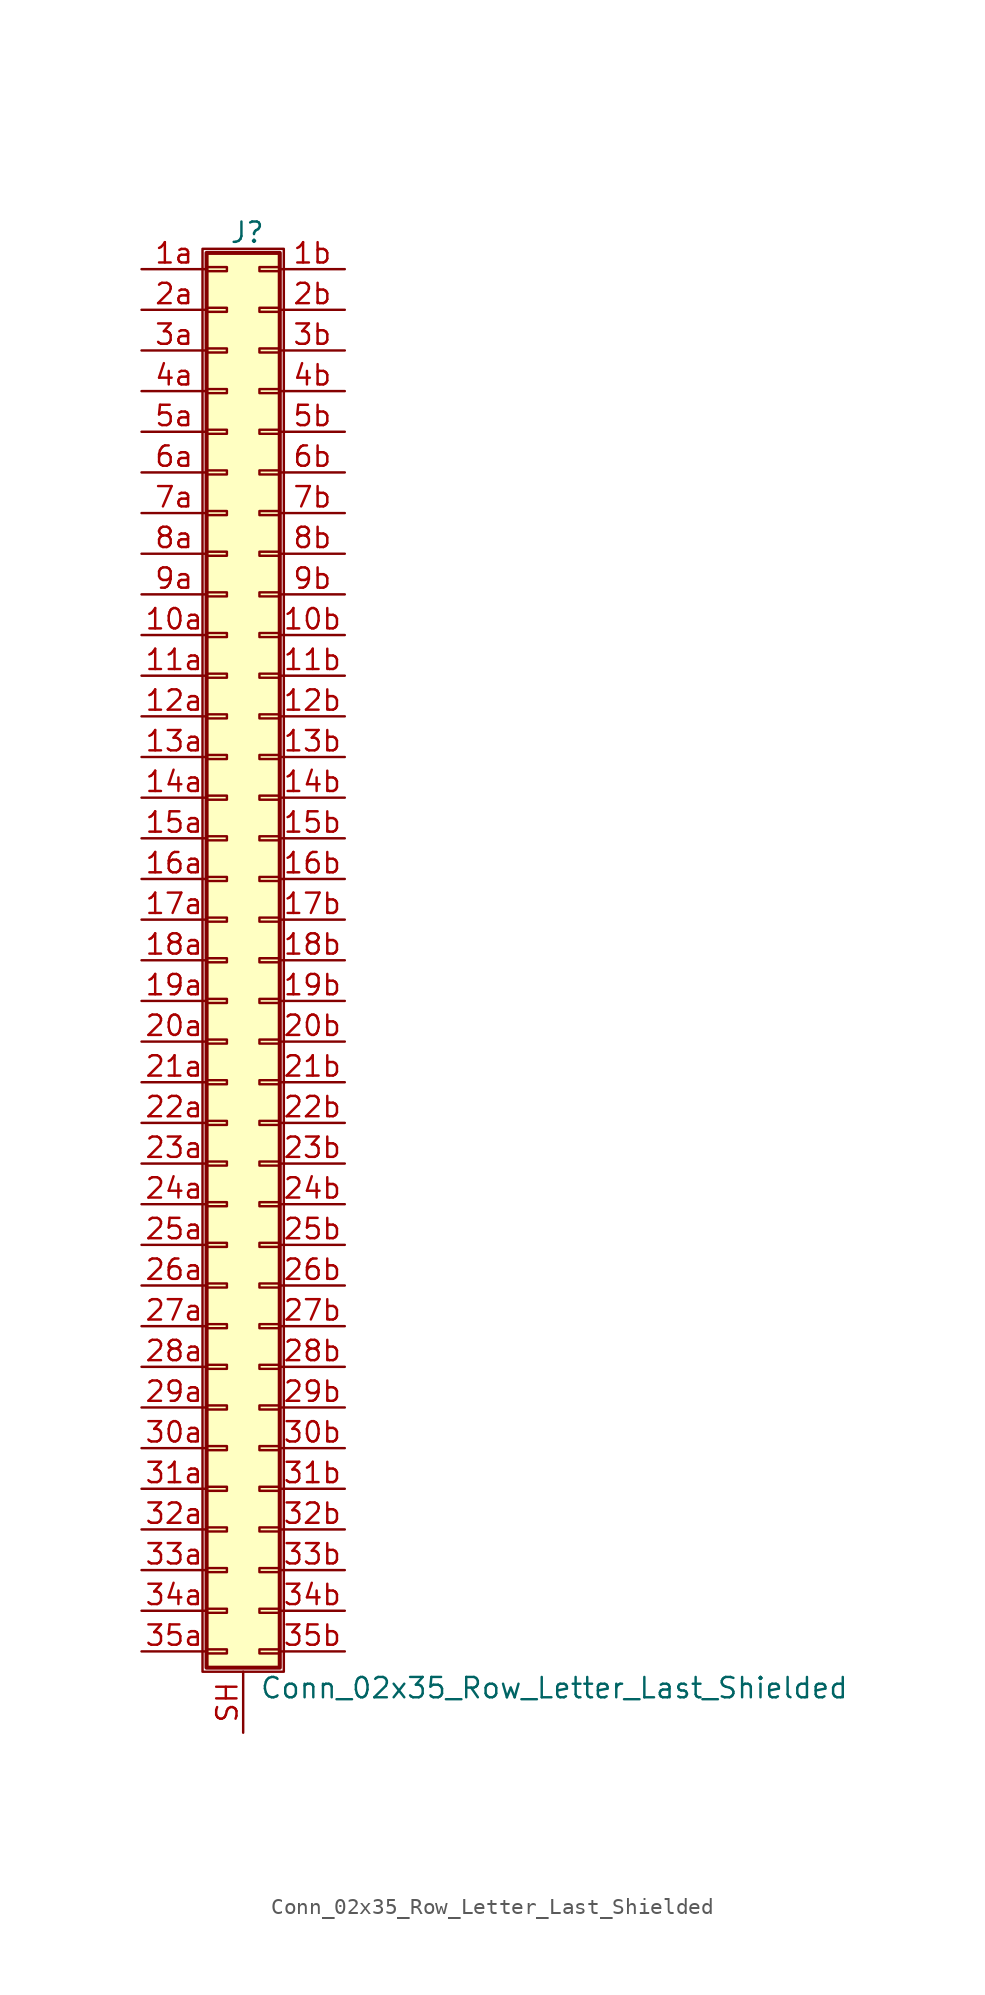
<source format=kicad_sym>
(kicad_symbol_lib
  (version 20211014)
  (generator kicad_symbol_editor)
  (symbol "Conn_02x35_Row_Letter_Last_Shielded"
    (pin_names
      (offset 1.016) hide)
    (property "Reference" "J"
      (at 1.524 45.466 0)
      (effects (font (size 1.27 1.27))))
    (property "Value" "Conn_02x35_Row_Letter_Last_Shielded"
      (at 2.286 -45.466 0)
      (effects (font (size 1.27 1.27)) (justify left)))
    (symbol "Conn_02x35_Row_Letter_Last_Shielded_1_1"
      (rectangle (start -1.27 44.45) (end 3.81 -44.45) (stroke (width 0.152) (type default) (color 0 0 0 0)) (fill (type none)))
      (rectangle (start -1.016 -43.053) (end 0.254 -43.307) (stroke (width 0.152) (type default) (color 0 0 0 0)) (fill (type none)))
      (rectangle (start -1.016 -40.513) (end 0.254 -40.767) (stroke (width 0.152) (type default) (color 0 0 0 0)) (fill (type none)))
      (rectangle (start -1.016 -37.973) (end 0.254 -38.227) (stroke (width 0.152) (type default) (color 0 0 0 0)) (fill (type none)))
      (rectangle (start -1.016 -35.433) (end 0.254 -35.687) (stroke (width 0.152) (type default) (color 0 0 0 0)) (fill (type none)))
      (rectangle (start -1.016 -32.893) (end 0.254 -33.147) (stroke (width 0.152) (type default) (color 0 0 0 0)) (fill (type none)))
      (rectangle (start -1.016 -30.353) (end 0.254 -30.607) (stroke (width 0.152) (type default) (color 0 0 0 0)) (fill (type none)))
      (rectangle (start -1.016 -27.813) (end 0.254 -28.067) (stroke (width 0.152) (type default) (color 0 0 0 0)) (fill (type none)))
      (rectangle (start -1.016 -25.273) (end 0.254 -25.527) (stroke (width 0.152) (type default) (color 0 0 0 0)) (fill (type none)))
      (rectangle (start -1.016 -22.733) (end 0.254 -22.987) (stroke (width 0.152) (type default) (color 0 0 0 0)) (fill (type none)))
      (rectangle (start -1.016 -20.193) (end 0.254 -20.447) (stroke (width 0.152) (type default) (color 0 0 0 0)) (fill (type none)))
      (rectangle (start -1.016 -17.653) (end 0.254 -17.907) (stroke (width 0.152) (type default) (color 0 0 0 0)) (fill (type none)))
      (rectangle (start -1.016 -15.113) (end 0.254 -15.367) (stroke (width 0.152) (type default) (color 0 0 0 0)) (fill (type none)))
      (rectangle (start -1.016 -12.573) (end 0.254 -12.827) (stroke (width 0.152) (type default) (color 0 0 0 0)) (fill (type none)))
      (rectangle (start -1.016 -10.033) (end 0.254 -10.287) (stroke (width 0.152) (type default) (color 0 0 0 0)) (fill (type none)))
      (rectangle (start -1.016 -7.493) (end 0.254 -7.747) (stroke (width 0.152) (type default) (color 0 0 0 0)) (fill (type none)))
      (rectangle (start -1.016 -4.953) (end 0.254 -5.207) (stroke (width 0.152) (type default) (color 0 0 0 0)) (fill (type none)))
      (rectangle (start -1.016 -2.413) (end 0.254 -2.667) (stroke (width 0.152) (type default) (color 0 0 0 0)) (fill (type none)))
      (rectangle (start -1.016 0.127) (end 0.254 -0.127) (stroke (width 0.152) (type default) (color 0 0 0 0)) (fill (type none)))
      (rectangle (start -1.016 2.667) (end 0.254 2.413) (stroke (width 0.152) (type default) (color 0 0 0 0)) (fill (type none)))
      (rectangle (start -1.016 5.207) (end 0.254 4.953) (stroke (width 0.152) (type default) (color 0 0 0 0)) (fill (type none)))
      (rectangle (start -1.016 7.747) (end 0.254 7.493) (stroke (width 0.152) (type default) (color 0 0 0 0)) (fill (type none)))
      (rectangle (start -1.016 10.287) (end 0.254 10.033) (stroke (width 0.152) (type default) (color 0 0 0 0)) (fill (type none)))
      (rectangle (start -1.016 12.827) (end 0.254 12.573) (stroke (width 0.152) (type default) (color 0 0 0 0)) (fill (type none)))
      (rectangle (start -1.016 15.367) (end 0.254 15.113) (stroke (width 0.152) (type default) (color 0 0 0 0)) (fill (type none)))
      (rectangle (start -1.016 17.907) (end 0.254 17.653) (stroke (width 0.152) (type default) (color 0 0 0 0)) (fill (type none)))
      (rectangle (start -1.016 20.447) (end 0.254 20.193) (stroke (width 0.152) (type default) (color 0 0 0 0)) (fill (type none)))
      (rectangle (start -1.016 22.987) (end 0.254 22.733) (stroke (width 0.152) (type default) (color 0 0 0 0)) (fill (type none)))
      (rectangle (start -1.016 25.527) (end 0.254 25.273) (stroke (width 0.152) (type default) (color 0 0 0 0)) (fill (type none)))
      (rectangle (start -1.016 28.067) (end 0.254 27.813) (stroke (width 0.152) (type default) (color 0 0 0 0)) (fill (type none)))
      (rectangle (start -1.016 30.607) (end 0.254 30.353) (stroke (width 0.152) (type default) (color 0 0 0 0)) (fill (type none)))
      (rectangle (start -1.016 33.147) (end 0.254 32.893) (stroke (width 0.152) (type default) (color 0 0 0 0)) (fill (type none)))
      (rectangle (start -1.016 35.687) (end 0.254 35.433) (stroke (width 0.152) (type default) (color 0 0 0 0)) (fill (type none)))
      (rectangle (start -1.016 38.227) (end 0.254 37.973) (stroke (width 0.152) (type default) (color 0 0 0 0)) (fill (type none)))
      (rectangle (start -1.016 40.767) (end 0.254 40.513) (stroke (width 0.152) (type default) (color 0 0 0 0)) (fill (type none)))
      (rectangle (start -1.016 43.307) (end 0.254 43.053) (stroke (width 0.152) (type default) (color 0 0 0 0)) (fill (type none)))
      (rectangle (start -1.016 44.196) (end 3.556 -44.196) (stroke (width 0.254) (type default) (color 0 0 0 0)) (fill (type background)))
      (rectangle (start 3.556 -43.053) (end 2.286 -43.307) (stroke (width 0.152) (type default) (color 0 0 0 0)) (fill (type none)))
      (rectangle (start 3.556 -40.513) (end 2.286 -40.767) (stroke (width 0.152) (type default) (color 0 0 0 0)) (fill (type none)))
      (rectangle (start 3.556 -37.973) (end 2.286 -38.227) (stroke (width 0.152) (type default) (color 0 0 0 0)) (fill (type none)))
      (rectangle (start 3.556 -35.433) (end 2.286 -35.687) (stroke (width 0.152) (type default) (color 0 0 0 0)) (fill (type none)))
      (rectangle (start 3.556 -32.893) (end 2.286 -33.147) (stroke (width 0.152) (type default) (color 0 0 0 0)) (fill (type none)))
      (rectangle (start 3.556 -30.353) (end 2.286 -30.607) (stroke (width 0.152) (type default) (color 0 0 0 0)) (fill (type none)))
      (rectangle (start 3.556 -27.813) (end 2.286 -28.067) (stroke (width 0.152) (type default) (color 0 0 0 0)) (fill (type none)))
      (rectangle (start 3.556 -25.273) (end 2.286 -25.527) (stroke (width 0.152) (type default) (color 0 0 0 0)) (fill (type none)))
      (rectangle (start 3.556 -22.733) (end 2.286 -22.987) (stroke (width 0.152) (type default) (color 0 0 0 0)) (fill (type none)))
      (rectangle (start 3.556 -20.193) (end 2.286 -20.447) (stroke (width 0.152) (type default) (color 0 0 0 0)) (fill (type none)))
      (rectangle (start 3.556 -17.653) (end 2.286 -17.907) (stroke (width 0.152) (type default) (color 0 0 0 0)) (fill (type none)))
      (rectangle (start 3.556 -15.113) (end 2.286 -15.367) (stroke (width 0.152) (type default) (color 0 0 0 0)) (fill (type none)))
      (rectangle (start 3.556 -12.573) (end 2.286 -12.827) (stroke (width 0.152) (type default) (color 0 0 0 0)) (fill (type none)))
      (rectangle (start 3.556 -10.033) (end 2.286 -10.287) (stroke (width 0.152) (type default) (color 0 0 0 0)) (fill (type none)))
      (rectangle (start 3.556 -7.493) (end 2.286 -7.747) (stroke (width 0.152) (type default) (color 0 0 0 0)) (fill (type none)))
      (rectangle (start 3.556 -4.953) (end 2.286 -5.207) (stroke (width 0.152) (type default) (color 0 0 0 0)) (fill (type none)))
      (rectangle (start 3.556 -2.413) (end 2.286 -2.667) (stroke (width 0.152) (type default) (color 0 0 0 0)) (fill (type none)))
      (rectangle (start 3.556 0.127) (end 2.286 -0.127) (stroke (width 0.152) (type default) (color 0 0 0 0)) (fill (type none)))
      (rectangle (start 3.556 2.667) (end 2.286 2.413) (stroke (width 0.152) (type default) (color 0 0 0 0)) (fill (type none)))
      (rectangle (start 3.556 5.207) (end 2.286 4.953) (stroke (width 0.152) (type default) (color 0 0 0 0)) (fill (type none)))
      (rectangle (start 3.556 7.747) (end 2.286 7.493) (stroke (width 0.152) (type default) (color 0 0 0 0)) (fill (type none)))
      (rectangle (start 3.556 10.287) (end 2.286 10.033) (stroke (width 0.152) (type default) (color 0 0 0 0)) (fill (type none)))
      (rectangle (start 3.556 12.827) (end 2.286 12.573) (stroke (width 0.152) (type default) (color 0 0 0 0)) (fill (type none)))
      (rectangle (start 3.556 15.367) (end 2.286 15.113) (stroke (width 0.152) (type default) (color 0 0 0 0)) (fill (type none)))
      (rectangle (start 3.556 17.907) (end 2.286 17.653) (stroke (width 0.152) (type default) (color 0 0 0 0)) (fill (type none)))
      (rectangle (start 3.556 20.447) (end 2.286 20.193) (stroke (width 0.152) (type default) (color 0 0 0 0)) (fill (type none)))
      (rectangle (start 3.556 22.987) (end 2.286 22.733) (stroke (width 0.152) (type default) (color 0 0 0 0)) (fill (type none)))
      (rectangle (start 3.556 25.527) (end 2.286 25.273) (stroke (width 0.152) (type default) (color 0 0 0 0)) (fill (type none)))
      (rectangle (start 3.556 28.067) (end 2.286 27.813) (stroke (width 0.152) (type default) (color 0 0 0 0)) (fill (type none)))
      (rectangle (start 3.556 30.607) (end 2.286 30.353) (stroke (width 0.152) (type default) (color 0 0 0 0)) (fill (type none)))
      (rectangle (start 3.556 33.147) (end 2.286 32.893) (stroke (width 0.152) (type default) (color 0 0 0 0)) (fill (type none)))
      (rectangle (start 3.556 35.687) (end 2.286 35.433) (stroke (width 0.152) (type default) (color 0 0 0 0)) (fill (type none)))
      (rectangle (start 3.556 38.227) (end 2.286 37.973) (stroke (width 0.152) (type default) (color 0 0 0 0)) (fill (type none)))
      (rectangle (start 3.556 40.767) (end 2.286 40.513) (stroke (width 0.152) (type default) (color 0 0 0 0)) (fill (type none)))
      (rectangle (start 3.556 43.307) (end 2.286 43.053) (stroke (width 0.152) (type default) (color 0 0 0 0)) (fill (type none)))
      (pin passive line (at -5.08 20.32 0) (length 4.064) (name "Pin_10a" (effects (font (size 1.27 1.27)))) (number "10a" (effects (font (size 1.27 1.27)))))
      (pin passive line (at 7.62 20.32 180) (length 4.064) (name "Pin_10b" (effects (font (size 1.27 1.27)))) (number "10b" (effects (font (size 1.27 1.27)))))
      (pin passive line (at -5.08 17.78 0) (length 4.064) (name "Pin_11a" (effects (font (size 1.27 1.27)))) (number "11a" (effects (font (size 1.27 1.27)))))
      (pin passive line (at 7.62 17.78 180) (length 4.064) (name "Pin_11b" (effects (font (size 1.27 1.27)))) (number "11b" (effects (font (size 1.27 1.27)))))
      (pin passive line (at -5.08 15.24 0) (length 4.064) (name "Pin_12a" (effects (font (size 1.27 1.27)))) (number "12a" (effects (font (size 1.27 1.27)))))
      (pin passive line (at 7.62 15.24 180) (length 4.064) (name "Pin_12b" (effects (font (size 1.27 1.27)))) (number "12b" (effects (font (size 1.27 1.27)))))
      (pin passive line (at -5.08 12.7 0) (length 4.064) (name "Pin_13a" (effects (font (size 1.27 1.27)))) (number "13a" (effects (font (size 1.27 1.27)))))
      (pin passive line (at 7.62 12.7 180) (length 4.064) (name "Pin_13b" (effects (font (size 1.27 1.27)))) (number "13b" (effects (font (size 1.27 1.27)))))
      (pin passive line (at -5.08 10.16 0) (length 4.064) (name "Pin_14a" (effects (font (size 1.27 1.27)))) (number "14a" (effects (font (size 1.27 1.27)))))
      (pin passive line (at 7.62 10.16 180) (length 4.064) (name "Pin_14b" (effects (font (size 1.27 1.27)))) (number "14b" (effects (font (size 1.27 1.27)))))
      (pin passive line (at -5.08 7.62 0) (length 4.064) (name "Pin_15a" (effects (font (size 1.27 1.27)))) (number "15a" (effects (font (size 1.27 1.27)))))
      (pin passive line (at 7.62 7.62 180) (length 4.064) (name "Pin_15b" (effects (font (size 1.27 1.27)))) (number "15b" (effects (font (size 1.27 1.27)))))
      (pin passive line (at -5.08 5.08 0) (length 4.064) (name "Pin_16a" (effects (font (size 1.27 1.27)))) (number "16a" (effects (font (size 1.27 1.27)))))
      (pin passive line (at 7.62 5.08 180) (length 4.064) (name "Pin_16b" (effects (font (size 1.27 1.27)))) (number "16b" (effects (font (size 1.27 1.27)))))
      (pin passive line (at -5.08 2.54 0) (length 4.064) (name "Pin_17a" (effects (font (size 1.27 1.27)))) (number "17a" (effects (font (size 1.27 1.27)))))
      (pin passive line (at 7.62 2.54 180) (length 4.064) (name "Pin_17b" (effects (font (size 1.27 1.27)))) (number "17b" (effects (font (size 1.27 1.27)))))
      (pin passive line (at -5.08 0 0) (length 4.064) (name "Pin_18a" (effects (font (size 1.27 1.27)))) (number "18a" (effects (font (size 1.27 1.27)))))
      (pin passive line (at 7.62 0 180) (length 4.064) (name "Pin_18b" (effects (font (size 1.27 1.27)))) (number "18b" (effects (font (size 1.27 1.27)))))
      (pin passive line (at -5.08 -2.54 0) (length 4.064) (name "Pin_19a" (effects (font (size 1.27 1.27)))) (number "19a" (effects (font (size 1.27 1.27)))))
      (pin passive line (at 7.62 -2.54 180) (length 4.064) (name "Pin_19b" (effects (font (size 1.27 1.27)))) (number "19b" (effects (font (size 1.27 1.27)))))
      (pin passive line (at -5.08 43.18 0) (length 4.064) (name "Pin_1a" (effects (font (size 1.27 1.27)))) (number "1a" (effects (font (size 1.27 1.27)))))
      (pin passive line (at 7.62 43.18 180) (length 4.064) (name "Pin_1b" (effects (font (size 1.27 1.27)))) (number "1b" (effects (font (size 1.27 1.27)))))
      (pin passive line (at -5.08 -5.08 0) (length 4.064) (name "Pin_20a" (effects (font (size 1.27 1.27)))) (number "20a" (effects (font (size 1.27 1.27)))))
      (pin passive line (at 7.62 -5.08 180) (length 4.064) (name "Pin_20b" (effects (font (size 1.27 1.27)))) (number "20b" (effects (font (size 1.27 1.27)))))
      (pin passive line (at -5.08 -7.62 0) (length 4.064) (name "Pin_21a" (effects (font (size 1.27 1.27)))) (number "21a" (effects (font (size 1.27 1.27)))))
      (pin passive line (at 7.62 -7.62 180) (length 4.064) (name "Pin_21b" (effects (font (size 1.27 1.27)))) (number "21b" (effects (font (size 1.27 1.27)))))
      (pin passive line (at -5.08 -10.16 0) (length 4.064) (name "Pin_22a" (effects (font (size 1.27 1.27)))) (number "22a" (effects (font (size 1.27 1.27)))))
      (pin passive line (at 7.62 -10.16 180) (length 4.064) (name "Pin_22b" (effects (font (size 1.27 1.27)))) (number "22b" (effects (font (size 1.27 1.27)))))
      (pin passive line (at -5.08 -12.7 0) (length 4.064) (name "Pin_23a" (effects (font (size 1.27 1.27)))) (number "23a" (effects (font (size 1.27 1.27)))))
      (pin passive line (at 7.62 -12.7 180) (length 4.064) (name "Pin_23b" (effects (font (size 1.27 1.27)))) (number "23b" (effects (font (size 1.27 1.27)))))
      (pin passive line (at -5.08 -15.24 0) (length 4.064) (name "Pin_24a" (effects (font (size 1.27 1.27)))) (number "24a" (effects (font (size 1.27 1.27)))))
      (pin passive line (at 7.62 -15.24 180) (length 4.064) (name "Pin_24b" (effects (font (size 1.27 1.27)))) (number "24b" (effects (font (size 1.27 1.27)))))
      (pin passive line (at -5.08 -17.78 0) (length 4.064) (name "Pin_25a" (effects (font (size 1.27 1.27)))) (number "25a" (effects (font (size 1.27 1.27)))))
      (pin passive line (at 7.62 -17.78 180) (length 4.064) (name "Pin_25b" (effects (font (size 1.27 1.27)))) (number "25b" (effects (font (size 1.27 1.27)))))
      (pin passive line (at -5.08 -20.32 0) (length 4.064) (name "Pin_26a" (effects (font (size 1.27 1.27)))) (number "26a" (effects (font (size 1.27 1.27)))))
      (pin passive line (at 7.62 -20.32 180) (length 4.064) (name "Pin_26b" (effects (font (size 1.27 1.27)))) (number "26b" (effects (font (size 1.27 1.27)))))
      (pin passive line (at -5.08 -22.86 0) (length 4.064) (name "Pin_27a" (effects (font (size 1.27 1.27)))) (number "27a" (effects (font (size 1.27 1.27)))))
      (pin passive line (at 7.62 -22.86 180) (length 4.064) (name "Pin_27b" (effects (font (size 1.27 1.27)))) (number "27b" (effects (font (size 1.27 1.27)))))
      (pin passive line (at -5.08 -25.4 0) (length 4.064) (name "Pin_28a" (effects (font (size 1.27 1.27)))) (number "28a" (effects (font (size 1.27 1.27)))))
      (pin passive line (at 7.62 -25.4 180) (length 4.064) (name "Pin_28b" (effects (font (size 1.27 1.27)))) (number "28b" (effects (font (size 1.27 1.27)))))
      (pin passive line (at -5.08 -27.94 0) (length 4.064) (name "Pin_29a" (effects (font (size 1.27 1.27)))) (number "29a" (effects (font (size 1.27 1.27)))))
      (pin passive line (at 7.62 -27.94 180) (length 4.064) (name "Pin_29b" (effects (font (size 1.27 1.27)))) (number "29b" (effects (font (size 1.27 1.27)))))
      (pin passive line (at -5.08 40.64 0) (length 4.064) (name "Pin_2a" (effects (font (size 1.27 1.27)))) (number "2a" (effects (font (size 1.27 1.27)))))
      (pin passive line (at 7.62 40.64 180) (length 4.064) (name "Pin_2b" (effects (font (size 1.27 1.27)))) (number "2b" (effects (font (size 1.27 1.27)))))
      (pin passive line (at -5.08 -30.48 0) (length 4.064) (name "Pin_30a" (effects (font (size 1.27 1.27)))) (number "30a" (effects (font (size 1.27 1.27)))))
      (pin passive line (at 7.62 -30.48 180) (length 4.064) (name "Pin_30b" (effects (font (size 1.27 1.27)))) (number "30b" (effects (font (size 1.27 1.27)))))
      (pin passive line (at -5.08 -33.02 0) (length 4.064) (name "Pin_31a" (effects (font (size 1.27 1.27)))) (number "31a" (effects (font (size 1.27 1.27)))))
      (pin passive line (at 7.62 -33.02 180) (length 4.064) (name "Pin_31b" (effects (font (size 1.27 1.27)))) (number "31b" (effects (font (size 1.27 1.27)))))
      (pin passive line (at -5.08 -35.56 0) (length 4.064) (name "Pin_32a" (effects (font (size 1.27 1.27)))) (number "32a" (effects (font (size 1.27 1.27)))))
      (pin passive line (at 7.62 -35.56 180) (length 4.064) (name "Pin_32b" (effects (font (size 1.27 1.27)))) (number "32b" (effects (font (size 1.27 1.27)))))
      (pin passive line (at -5.08 -38.1 0) (length 4.064) (name "Pin_33a" (effects (font (size 1.27 1.27)))) (number "33a" (effects (font (size 1.27 1.27)))))
      (pin passive line (at 7.62 -38.1 180) (length 4.064) (name "Pin_33b" (effects (font (size 1.27 1.27)))) (number "33b" (effects (font (size 1.27 1.27)))))
      (pin passive line (at -5.08 -40.64 0) (length 4.064) (name "Pin_34a" (effects (font (size 1.27 1.27)))) (number "34a" (effects (font (size 1.27 1.27)))))
      (pin passive line (at 7.62 -40.64 180) (length 4.064) (name "Pin_34b" (effects (font (size 1.27 1.27)))) (number "34b" (effects (font (size 1.27 1.27)))))
      (pin passive line (at -5.08 -43.18 0) (length 4.064) (name "Pin_35a" (effects (font (size 1.27 1.27)))) (number "35a" (effects (font (size 1.27 1.27)))))
      (pin passive line (at 7.62 -43.18 180) (length 4.064) (name "Pin_35b" (effects (font (size 1.27 1.27)))) (number "35b" (effects (font (size 1.27 1.27)))))
      (pin passive line (at -5.08 38.1 0) (length 4.064) (name "Pin_3a" (effects (font (size 1.27 1.27)))) (number "3a" (effects (font (size 1.27 1.27)))))
      (pin passive line (at 7.62 38.1 180) (length 4.064) (name "Pin_3b" (effects (font (size 1.27 1.27)))) (number "3b" (effects (font (size 1.27 1.27)))))
      (pin passive line (at -5.08 35.56 0) (length 4.064) (name "Pin_4a" (effects (font (size 1.27 1.27)))) (number "4a" (effects (font (size 1.27 1.27)))))
      (pin passive line (at 7.62 35.56 180) (length 4.064) (name "Pin_4b" (effects (font (size 1.27 1.27)))) (number "4b" (effects (font (size 1.27 1.27)))))
      (pin passive line (at -5.08 33.02 0) (length 4.064) (name "Pin_5a" (effects (font (size 1.27 1.27)))) (number "5a" (effects (font (size 1.27 1.27)))))
      (pin passive line (at 7.62 33.02 180) (length 4.064) (name "Pin_5b" (effects (font (size 1.27 1.27)))) (number "5b" (effects (font (size 1.27 1.27)))))
      (pin passive line (at -5.08 30.48 0) (length 4.064) (name "Pin_6a" (effects (font (size 1.27 1.27)))) (number "6a" (effects (font (size 1.27 1.27)))))
      (pin passive line (at 7.62 30.48 180) (length 4.064) (name "Pin_6b" (effects (font (size 1.27 1.27)))) (number "6b" (effects (font (size 1.27 1.27)))))
      (pin passive line (at -5.08 27.94 0) (length 4.064) (name "Pin_7a" (effects (font (size 1.27 1.27)))) (number "7a" (effects (font (size 1.27 1.27)))))
      (pin passive line (at 7.62 27.94 180) (length 4.064) (name "Pin_7b" (effects (font (size 1.27 1.27)))) (number "7b" (effects (font (size 1.27 1.27)))))
      (pin passive line (at -5.08 25.4 0) (length 4.064) (name "Pin_8a" (effects (font (size 1.27 1.27)))) (number "8a" (effects (font (size 1.27 1.27)))))
      (pin passive line (at 7.62 25.4 180) (length 4.064) (name "Pin_8b" (effects (font (size 1.27 1.27)))) (number "8b" (effects (font (size 1.27 1.27)))))
      (pin passive line (at -5.08 22.86 0) (length 4.064) (name "Pin_9a" (effects (font (size 1.27 1.27)))) (number "9a" (effects (font (size 1.27 1.27)))))
      (pin passive line (at 7.62 22.86 180) (length 4.064) (name "Pin_9b" (effects (font (size 1.27 1.27)))) (number "9b" (effects (font (size 1.27 1.27)))))
      (pin passive line (at 1.27 -48.26 90) (length 3.81) (name "Shield" (effects (font (size 1.27 1.27)))) (number "SH" (effects (font (size 1.27 1.27))))))))
</source>
